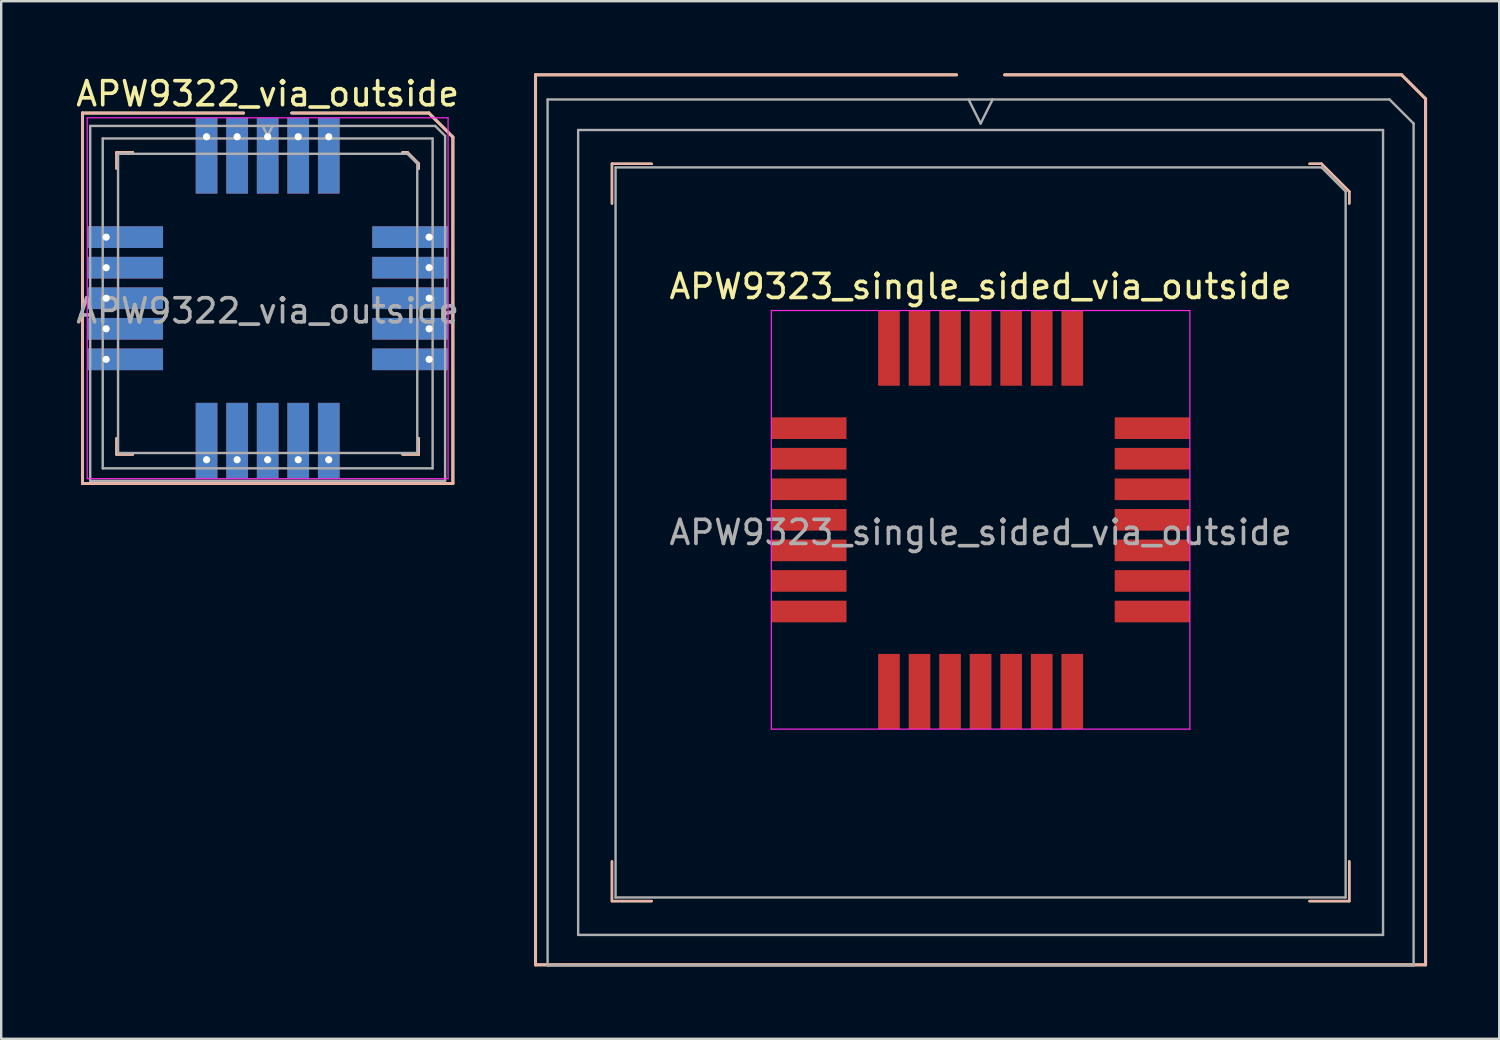
<source format=kicad_pcb>
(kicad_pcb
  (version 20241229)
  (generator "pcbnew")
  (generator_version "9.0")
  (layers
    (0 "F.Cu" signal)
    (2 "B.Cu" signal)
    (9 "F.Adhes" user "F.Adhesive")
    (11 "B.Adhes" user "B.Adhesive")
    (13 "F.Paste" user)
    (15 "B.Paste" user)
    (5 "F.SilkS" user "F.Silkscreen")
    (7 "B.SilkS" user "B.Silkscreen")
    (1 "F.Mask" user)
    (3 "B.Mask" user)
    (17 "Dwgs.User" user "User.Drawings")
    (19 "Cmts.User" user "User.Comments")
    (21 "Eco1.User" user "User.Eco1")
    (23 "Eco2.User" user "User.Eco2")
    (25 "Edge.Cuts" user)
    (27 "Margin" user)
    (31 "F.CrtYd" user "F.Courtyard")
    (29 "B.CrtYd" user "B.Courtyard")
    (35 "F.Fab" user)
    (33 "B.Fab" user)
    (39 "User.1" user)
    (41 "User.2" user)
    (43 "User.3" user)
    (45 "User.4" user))
  (footprint "APW9323_single_sided_via_outside"
    (layer "F.Cu")
    (at 37.715 18.56)
    (property "Reference" "APW9323_single_sided_via_outside" (at 0 -9.7 180) (layer "F.SilkS") (effects (font (size 1 1) (thickness 0.15))))
    (attr smd)
    (fp_line (start -18.5 -18.5) (end -1 -18.5) (stroke (width 0.12) (type solid)) (layer "F.SilkS"))
    (fp_line (start -18.5 18.5) (end -18.5 -18.5) (stroke (width 0.12) (type solid)) (layer "F.SilkS"))
    (fp_line (start -15.325 -14.8) (end -15.325 -13.15) (stroke (width 0.1) (type solid)) (layer "F.SilkS"))
    (fp_line (start -15.325 15.85) (end -15.325 14.2) (stroke (width 0.1) (type solid)) (layer "F.SilkS"))
    (fp_line (start -13.675 -14.8) (end -15.325 -14.8) (stroke (width 0.1) (type solid)) (layer "F.SilkS"))
    (fp_line (start -13.675 15.85) (end -15.325 15.85) (stroke (width 0.1) (type solid)) (layer "F.SilkS"))
    (fp_line (start 1 -18.5) (end 17.5 -18.5) (stroke (width 0.12) (type solid)) (layer "F.SilkS"))
    (fp_line (start 13.675 -14.8) (end 14.175 -14.8) (stroke (width 0.1) (type solid)) (layer "F.SilkS"))
    (fp_line (start 13.675 15.85) (end 15.325 15.85) (stroke (width 0.1) (type solid)) (layer "F.SilkS"))
    (fp_line (start 14.175 -14.8) (end 15.325 -13.65) (stroke (width 0.1) (type solid)) (layer "F.SilkS"))
    (fp_line (start 15.325 -13.65) (end 15.325 -13.15) (stroke (width 0.1) (type solid)) (layer "F.SilkS"))
    (fp_line (start 15.325 15.85) (end 15.325 14.2) (stroke (width 0.1) (type solid)) (layer "F.SilkS"))
    (fp_line (start 17.5 -18.5) (end 18.5 -17.5) (stroke (width 0.12) (type solid)) (layer "F.SilkS"))
    (fp_line (start 18.5 -17.5) (end 18.5 18.5) (stroke (width 0.12) (type solid)) (layer "F.SilkS"))
    (fp_line (start 18.5 18.5) (end -18.5 18.5) (stroke (width 0.12) (type solid)) (layer "F.SilkS"))
    (fp_line (start -18.5 -18.5) (end -1 -18.5) (stroke (width 0.12) (type solid)) (layer "B.SilkS"))
    (fp_line (start -18.5 18.5) (end -18.5 -18.5) (stroke (width 0.12) (type solid)) (layer "B.SilkS"))
    (fp_line (start -15.325 -14.8) (end -15.325 -13.15) (stroke (width 0.1) (type solid)) (layer "B.SilkS"))
    (fp_line (start -15.325 15.85) (end -15.325 14.2) (stroke (width 0.1) (type solid)) (layer "B.SilkS"))
    (fp_line (start -13.675 -14.8) (end -15.325 -14.8) (stroke (width 0.1) (type solid)) (layer "B.SilkS"))
    (fp_line (start -13.675 15.85) (end -15.325 15.85) (stroke (width 0.1) (type solid)) (layer "B.SilkS"))
    (fp_line (start 1 -18.5) (end 17.5 -18.5) (stroke (width 0.12) (type solid)) (layer "B.SilkS"))
    (fp_line (start 13.675 -14.8) (end 14.175 -14.8) (stroke (width 0.1) (type solid)) (layer "B.SilkS"))
    (fp_line (start 13.675 15.85) (end 15.325 15.85) (stroke (width 0.1) (type solid)) (layer "B.SilkS"))
    (fp_line (start 14.175 -14.8) (end 15.325 -13.65) (stroke (width 0.1) (type solid)) (layer "B.SilkS"))
    (fp_line (start 15.325 -13.65) (end 15.325 -13.15) (stroke (width 0.1) (type solid)) (layer "B.SilkS"))
    (fp_line (start 15.325 15.85) (end 15.325 14.2) (stroke (width 0.1) (type solid)) (layer "B.SilkS"))
    (fp_line (start 17.5 -18.5) (end 18.5 -17.5) (stroke (width 0.12) (type solid)) (layer "B.SilkS"))
    (fp_line (start 18.5 -17.5) (end 18.5 18.5) (stroke (width 0.12) (type solid)) (layer "B.SilkS"))
    (fp_line (start 18.5 18.5) (end -18.5 18.5) (stroke (width 0.12) (type solid)) (layer "B.SilkS"))
    (fp_line (start -8.7 -8.7) (end 8.7 -8.7) (stroke (width 0.05) (type solid)) (layer "F.CrtYd"))
    (fp_line (start -8.7 8.7) (end -8.7 -8.7) (stroke (width 0.05) (type solid)) (layer "F.CrtYd"))
    (fp_line (start 8.7 -8.7) (end 8.7 8.7) (stroke (width 0.05) (type solid)) (layer "F.CrtYd"))
    (fp_line (start 8.7 8.7) (end -8.7 8.7) (stroke (width 0.05) (type solid)) (layer "F.CrtYd"))
    (fp_line (start -18 -17.475) (end 17 -17.475) (stroke (width 0.1) (type solid)) (layer "F.Fab"))
    (fp_line (start -18 18.525) (end -18 -17.475) (stroke (width 0.1) (type solid)) (layer "F.Fab"))
    (fp_line (start -16.73 -16.205) (end 16.73 -16.205) (stroke (width 0.1) (type solid)) (layer "F.Fab"))
    (fp_line (start -16.73 17.255) (end -16.73 -16.205) (stroke (width 0.1) (type solid)) (layer "F.Fab"))
    (fp_line (start -15.175 -14.65) (end 14.175 -14.65) (stroke (width 0.1) (type solid)) (layer "F.Fab"))
    (fp_line (start -15.175 15.7) (end -15.175 -14.65) (stroke (width 0.1) (type solid)) (layer "F.Fab"))
    (fp_line (start 0 -16.475) (end -0.5 -17.475) (stroke (width 0.1) (type solid)) (layer "F.Fab"))
    (fp_line (start 0.5 -17.475) (end 0 -16.475) (stroke (width 0.1) (type solid)) (layer "F.Fab"))
    (fp_line (start 14.175 -14.65) (end 15.175 -13.65) (stroke (width 0.1) (type solid)) (layer "F.Fab"))
    (fp_line (start 15.175 -13.65) (end 15.175 15.7) (stroke (width 0.1) (type solid)) (layer "F.Fab"))
    (fp_line (start 15.175 15.7) (end -15.175 15.7) (stroke (width 0.1) (type solid)) (layer "F.Fab"))
    (fp_line (start 16.73 -16.205) (end 16.73 17.255) (stroke (width 0.1) (type solid)) (layer "F.Fab"))
    (fp_line (start 16.73 17.255) (end -16.73 17.255) (stroke (width 0.1) (type solid)) (layer "F.Fab"))
    (fp_line (start 17 -17.475) (end 18 -16.475) (stroke (width 0.1) (type solid)) (layer "F.Fab"))
    (fp_line (start 18 -16.475) (end 18 18.525) (stroke (width 0.1) (type solid)) (layer "F.Fab"))
    (fp_line (start 18 18.525) (end -18 18.525) (stroke (width 0.1) (type solid)) (layer "F.Fab"))
    (fp_text user "${REFERENCE}" (at 0 0.525 180) (layer "F.Fab") (effects (font (size 1 1) (thickness 0.15))))
    (pad "1" smd rect (at 0 -7.137) (size 0.9 3.125) (layers "F.Cu" "F.Mask" "F.Paste"))
    (pad "2" smd rect (at 1.27 -7.137) (size 0.9 3.125) (layers "F.Cu" "F.Mask" "F.Paste"))
    (pad "3" smd rect (at 2.54 -7.137) (size 0.9 3.125) (layers "F.Cu" "F.Mask" "F.Paste"))
    (pad "4" smd rect (at 3.81 -7.137) (size 0.9 3.125) (layers "F.Cu" "F.Mask" "F.Paste"))
    (pad "5" smd rect (at 7.137 -3.81) (size 3.125 0.9) (layers "F.Cu" "F.Mask" "F.Paste"))
    (pad "6" smd rect (at 7.137 -2.54) (size 3.125 0.9) (layers "F.Cu" "F.Mask" "F.Paste"))
    (pad "7" smd rect (at 7.137 -1.27) (size 3.125 0.9) (layers "F.Cu" "F.Mask" "F.Paste"))
    (pad "8" smd rect (at 7.137 0) (size 3.125 0.9) (layers "F.Cu" "F.Mask" "F.Paste"))
    (pad "9" smd rect (at 7.137 1.27) (size 3.125 0.9) (layers "F.Cu" "F.Mask" "F.Paste"))
    (pad "10" smd rect (at 7.137 2.54) (size 3.125 0.9) (layers "F.Cu" "F.Mask" "F.Paste"))
    (pad "11" smd rect (at 7.137 3.81) (size 3.125 0.9) (layers "F.Cu" "F.Mask" "F.Paste"))
    (pad "12" smd rect (at 3.81 7.137) (size 0.9 3.125) (layers "F.Cu" "F.Mask" "F.Paste"))
    (pad "13" smd rect (at 2.54 7.137) (size 0.9 3.125) (layers "F.Cu" "F.Mask" "F.Paste"))
    (pad "14" smd rect (at 1.27 7.137) (size 0.9 3.125) (layers "F.Cu" "F.Mask" "F.Paste"))
    (pad "15" smd rect (at 0 7.137) (size 0.9 3.125) (layers "F.Cu" "F.Mask" "F.Paste"))
    (pad "16" smd rect (at -1.27 7.137) (size 0.9 3.125) (layers "F.Cu" "F.Mask" "F.Paste"))
    (pad "17" smd rect (at -2.54 7.137) (size 0.9 3.125) (layers "F.Cu" "F.Mask" "F.Paste"))
    (pad "18" smd rect (at -3.81 7.137) (size 0.9 3.125) (layers "F.Cu" "F.Mask" "F.Paste"))
    (pad "19" smd rect (at -7.137 3.81) (size 3.125 0.9) (layers "F.Cu" "F.Mask" "F.Paste"))
    (pad "20" smd rect (at -7.137 2.54) (size 3.125 0.9) (layers "F.Cu" "F.Mask" "F.Paste"))
    (pad "21" smd rect (at -7.137 1.27) (size 3.125 0.9) (layers "F.Cu" "F.Mask" "F.Paste"))
    (pad "22" smd rect (at -7.137 0) (size 3.125 0.9) (layers "F.Cu" "F.Mask" "F.Paste"))
    (pad "23" smd rect (at -7.137 -1.27) (size 3.125 0.9) (layers "F.Cu" "F.Mask" "F.Paste"))
    (pad "24" smd rect (at -7.137 -2.54) (size 3.125 0.9) (layers "F.Cu" "F.Mask" "F.Paste"))
    (pad "25" smd rect (at -7.137 -3.81) (size 3.125 0.9) (layers "F.Cu" "F.Mask" "F.Paste"))
    (pad "26" smd rect (at -3.81 -7.137) (size 0.9 3.125) (layers "F.Cu" "F.Mask" "F.Paste"))
    (pad "27" smd rect (at -2.54 -7.137) (size 0.9 3.125) (layers "F.Cu" "F.Mask" "F.Paste"))
    (pad "28" smd rect (at -1.27 -7.137) (size 0.9 3.125) (layers "F.Cu" "F.Mask" "F.Paste")))
  (footprint "APW9322_via_outside"
    (layer "F.Cu")
    (at 8.077 9.348)
    (property "Reference" "APW9322_via_outside" (at 0 -8.5 180) (layer "F.SilkS") (effects (font (size 1 1) (thickness 0.15))))
    (attr smd)
    (fp_line (start -7.7 -7.7) (end -1 -7.7) (stroke (width 0.12) (type solid)) (layer "F.SilkS"))
    (fp_line (start -7.7 7.7) (end -7.7 -7.7) (stroke (width 0.12) (type solid)) (layer "F.SilkS"))
    (fp_line (start -6.281 -6.066) (end -6.281 -5.389) (stroke (width 0.1) (type solid)) (layer "F.SilkS"))
    (fp_line (start -6.281 6.496) (end -6.281 5.82) (stroke (width 0.1) (type solid)) (layer "F.SilkS"))
    (fp_line (start -5.605 -6.066) (end -6.281 -6.066) (stroke (width 0.1) (type solid)) (layer "F.SilkS"))
    (fp_line (start -5.605 6.496) (end -6.281 6.496) (stroke (width 0.1) (type solid)) (layer "F.SilkS"))
    (fp_line (start 1 -7.7) (end 6.7 -7.7) (stroke (width 0.12) (type solid)) (layer "F.SilkS"))
    (fp_line (start 5.605 -6.066) (end 5.809 -6.066) (stroke (width 0.1) (type solid)) (layer "F.SilkS"))
    (fp_line (start 5.605 6.496) (end 6.281 6.496) (stroke (width 0.1) (type solid)) (layer "F.SilkS"))
    (fp_line (start 5.809 -6.066) (end 6.281 -5.594) (stroke (width 0.1) (type solid)) (layer "F.SilkS"))
    (fp_line (start 6.281 -5.594) (end 6.281 -5.389) (stroke (width 0.1) (type solid)) (layer "F.SilkS"))
    (fp_line (start 6.281 6.496) (end 6.281 5.82) (stroke (width 0.1) (type solid)) (layer "F.SilkS"))
    (fp_line (start 6.7 -7.7) (end 7.7 -6.7) (stroke (width 0.12) (type solid)) (layer "F.SilkS"))
    (fp_line (start 7.7 -6.7) (end 7.7 7.7) (stroke (width 0.12) (type solid)) (layer "F.SilkS"))
    (fp_line (start 7.7 7.7) (end -7.7 7.7) (stroke (width 0.12) (type solid)) (layer "F.SilkS"))
    (fp_line (start -7.7 -7.7) (end -1 -7.7) (stroke (width 0.12) (type solid)) (layer "B.SilkS"))
    (fp_line (start -7.7 7.7) (end -7.7 -7.7) (stroke (width 0.12) (type solid)) (layer "B.SilkS"))
    (fp_line (start -6.281 -6.066) (end -6.281 -5.389) (stroke (width 0.1) (type solid)) (layer "B.SilkS"))
    (fp_line (start -6.281 6.496) (end -6.281 5.82) (stroke (width 0.1) (type solid)) (layer "B.SilkS"))
    (fp_line (start -5.605 -6.066) (end -6.281 -6.066) (stroke (width 0.1) (type solid)) (layer "B.SilkS"))
    (fp_line (start -5.605 6.496) (end -6.281 6.496) (stroke (width 0.1) (type solid)) (layer "B.SilkS"))
    (fp_line (start 1 -7.7) (end 6.7 -7.7) (stroke (width 0.12) (type solid)) (layer "B.SilkS"))
    (fp_line (start 5.605 -6.066) (end 5.809 -6.066) (stroke (width 0.1) (type solid)) (layer "B.SilkS"))
    (fp_line (start 5.605 6.496) (end 6.281 6.496) (stroke (width 0.1) (type solid)) (layer "B.SilkS"))
    (fp_line (start 5.809 -6.066) (end 6.281 -5.594) (stroke (width 0.1) (type solid)) (layer "B.SilkS"))
    (fp_line (start 6.281 -5.594) (end 6.281 -5.389) (stroke (width 0.1) (type solid)) (layer "B.SilkS"))
    (fp_line (start 6.281 6.496) (end 6.281 5.82) (stroke (width 0.1) (type solid)) (layer "B.SilkS"))
    (fp_line (start 6.7 -7.7) (end 7.7 -6.7) (stroke (width 0.12) (type solid)) (layer "B.SilkS"))
    (fp_line (start 7.7 -6.7) (end 7.7 7.7) (stroke (width 0.12) (type solid)) (layer "B.SilkS"))
    (fp_line (start 7.7 7.7) (end -7.7 7.7) (stroke (width 0.12) (type solid)) (layer "B.SilkS"))
    (fp_line (start -7.5 -7.5) (end 7.5 -7.5) (stroke (width 0.05) (type solid)) (layer "F.CrtYd"))
    (fp_line (start -7.5 7.5) (end -7.5 -7.5) (stroke (width 0.05) (type solid)) (layer "F.CrtYd"))
    (fp_line (start 7.5 -7.5) (end 7.5 7.5) (stroke (width 0.05) (type solid)) (layer "F.CrtYd"))
    (fp_line (start 7.5 7.5) (end -7.5 7.5) (stroke (width 0.05) (type solid)) (layer "F.CrtYd"))
    (fp_line (start -7.377 -7.162) (end 6.967 -7.162) (stroke (width 0.1) (type solid)) (layer "F.Fab"))
    (fp_line (start -7.377 7.592) (end -7.377 -7.162) (stroke (width 0.1) (type solid)) (layer "F.Fab"))
    (fp_line (start -6.857 -6.641) (end 6.857 -6.641) (stroke (width 0.1) (type solid)) (layer "F.Fab"))
    (fp_line (start -6.857 7.072) (end -6.857 -6.641) (stroke (width 0.1) (type solid)) (layer "F.Fab"))
    (fp_line (start -6.219 -6.004) (end 5.809 -6.004) (stroke (width 0.1) (type solid)) (layer "F.Fab"))
    (fp_line (start -6.219 6.434) (end -6.219 -6.004) (stroke (width 0.1) (type solid)) (layer "F.Fab"))
    (fp_line (start 0 -6.752) (end -0.205 -7.162) (stroke (width 0.1) (type solid)) (layer "F.Fab"))
    (fp_line (start 0.205 -7.162) (end 0 -6.752) (stroke (width 0.1) (type solid)) (layer "F.Fab"))
    (fp_line (start 5.809 -6.004) (end 6.219 -5.594) (stroke (width 0.1) (type solid)) (layer "F.Fab"))
    (fp_line (start 6.219 -5.594) (end 6.219 6.434) (stroke (width 0.1) (type solid)) (layer "F.Fab"))
    (fp_line (start 6.219 6.434) (end -6.219 6.434) (stroke (width 0.1) (type solid)) (layer "F.Fab"))
    (fp_line (start 6.857 -6.641) (end 6.857 7.072) (stroke (width 0.1) (type solid)) (layer "F.Fab"))
    (fp_line (start 6.857 7.072) (end -6.857 7.072) (stroke (width 0.1) (type solid)) (layer "F.Fab"))
    (fp_line (start 6.967 -7.162) (end 7.377 -6.752) (stroke (width 0.1) (type solid)) (layer "F.Fab"))
    (fp_line (start 7.377 -6.752) (end 7.377 7.592) (stroke (width 0.1) (type solid)) (layer "F.Fab"))
    (fp_line (start 7.377 7.592) (end -7.377 7.592) (stroke (width 0.1) (type solid)) (layer "F.Fab"))
    (fp_text user "${REFERENCE}" (at 0 0.525 180) (layer "F.Fab") (effects (font (size 1 1) (thickness 0.15))))
    (pad "1" thru_hole rect (at 0 -6.713) (size 0.9 3.15) (drill 0.3 (offset 0 0.788)) (layers "*.Cu" "*.Mask"))
    (pad "2" thru_hole rect (at 1.27 -6.713) (size 0.9 3.15) (drill 0.3 (offset 0 0.788)) (layers "*.Cu" "*.Mask"))
    (pad "3" thru_hole rect (at 2.54 -6.713) (size 0.9 3.15) (drill 0.3 (offset 0 0.788)) (layers "*.Cu" "*.Mask"))
    (pad "4" thru_hole rect (at 6.713 -2.54) (size 3.15 0.9) (drill 0.3 (offset -0.788 0)) (layers "*.Cu" "*.Mask"))
    (pad "5" thru_hole rect (at 6.713 -1.27) (size 3.15 0.9) (drill 0.3 (offset -0.788 0)) (layers "*.Cu" "*.Mask"))
    (pad "6" thru_hole rect (at 6.713 0) (size 3.15 0.9) (drill 0.3 (offset -0.788 0)) (layers "*.Cu" "*.Mask"))
    (pad "7" thru_hole rect (at 6.713 1.27) (size 3.15 0.9) (drill 0.3 (offset -0.788 0)) (layers "*.Cu" "*.Mask"))
    (pad "8" thru_hole rect (at 6.713 2.54) (size 3.15 0.9) (drill 0.3 (offset -0.788 0)) (layers "*.Cu" "*.Mask"))
    (pad "9" thru_hole rect (at 2.54 6.713) (size 0.9 3.15) (drill 0.3 (offset 0 -0.788)) (layers "*.Cu" "*.Mask"))
    (pad "10" thru_hole rect (at 1.27 6.713) (size 0.9 3.15) (drill 0.3 (offset 0 -0.788)) (layers "*.Cu" "*.Mask"))
    (pad "11" thru_hole rect (at 0 6.713) (size 0.9 3.15) (drill 0.3 (offset 0 -0.788)) (layers "*.Cu" "*.Mask"))
    (pad "12" thru_hole rect (at -1.27 6.713) (size 0.9 3.15) (drill 0.3 (offset 0 -0.788)) (layers "*.Cu" "*.Mask"))
    (pad "13" thru_hole rect (at -2.54 6.713) (size 0.9 3.15) (drill 0.3 (offset 0 -0.788)) (layers "*.Cu" "*.Mask"))
    (pad "14" thru_hole rect (at -6.713 2.54) (size 3.15 0.9) (drill 0.3 (offset 0.788 0)) (layers "*.Cu" "*.Mask"))
    (pad "15" thru_hole rect (at -6.713 1.27) (size 3.15 0.9) (drill 0.3 (offset 0.788 0)) (layers "*.Cu" "*.Mask"))
    (pad "16" thru_hole rect (at -6.713 0) (size 3.15 0.9) (drill 0.3 (offset 0.788 0)) (layers "*.Cu" "*.Mask"))
    (pad "17" thru_hole rect (at -6.713 -1.27) (size 3.15 0.9) (drill 0.3 (offset 0.788 0)) (layers "*.Cu" "*.Mask"))
    (pad "18" thru_hole rect (at -6.713 -2.54) (size 3.15 0.9) (drill 0.3 (offset 0.788 0)) (layers "*.Cu" "*.Mask"))
    (pad "19" thru_hole rect (at -2.54 -6.713) (size 0.9 3.15) (drill 0.3 (offset 0 0.788)) (layers "*.Cu" "*.Mask"))
    (pad "20" thru_hole rect (at -1.27 -6.713) (size 0.9 3.15) (drill 0.3 (offset 0 0.788)) (layers "*.Cu" "*.Mask")))
  (gr_rect
    (start -3 -3)
    (end 59.275 40.135)
    (stroke (width 0.1) (type default))
    (fill no)
    (layer "Edge.Cuts")))
</source>
